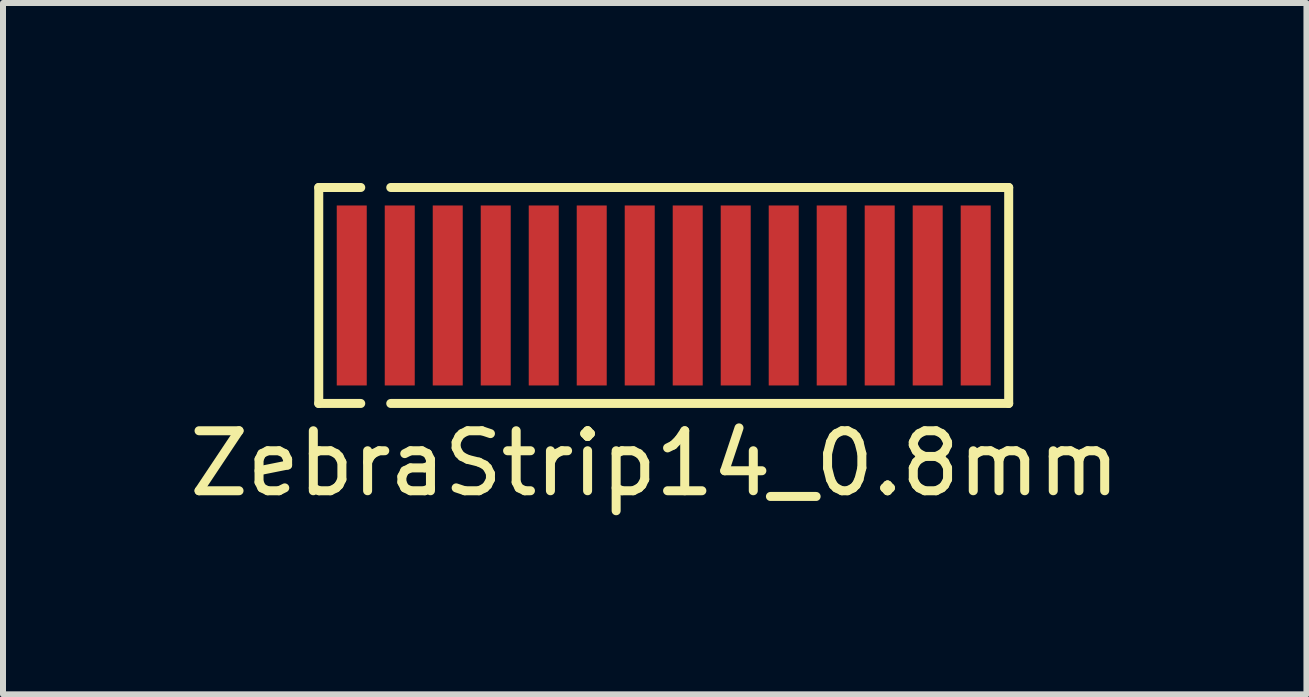
<source format=kicad_pcb>
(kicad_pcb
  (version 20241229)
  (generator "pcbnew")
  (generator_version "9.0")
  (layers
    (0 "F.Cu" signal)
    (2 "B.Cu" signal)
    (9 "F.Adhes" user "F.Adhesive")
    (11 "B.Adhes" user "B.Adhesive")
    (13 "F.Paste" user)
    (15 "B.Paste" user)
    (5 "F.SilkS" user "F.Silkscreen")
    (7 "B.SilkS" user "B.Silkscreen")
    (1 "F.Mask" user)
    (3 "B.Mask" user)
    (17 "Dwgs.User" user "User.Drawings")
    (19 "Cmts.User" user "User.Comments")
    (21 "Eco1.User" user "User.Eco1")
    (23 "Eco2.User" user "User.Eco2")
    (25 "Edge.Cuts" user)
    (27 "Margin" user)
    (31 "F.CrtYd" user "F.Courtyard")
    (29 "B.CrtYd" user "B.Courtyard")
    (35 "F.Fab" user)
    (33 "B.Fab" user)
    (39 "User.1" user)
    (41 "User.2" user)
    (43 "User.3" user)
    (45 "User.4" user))
  (footprint "ZebraStrip14_0.8mm"
    (layer "F.Cu")
    (at 7.563 1.875)
    (property "Reference" "ZebraStrip14_0.8mm" (at 0.3 2.8 0) (layer "F.SilkS") (effects (font (size 1 1) (thickness 0.15))))
    (attr through_hole)
    (fp_line (start -5.3 -1.8) (end -4.6 -1.8) (stroke (width 0.15) (type solid)) (layer "F.SilkS"))
    (fp_line (start -5.3 1.8) (end -5.3 -1.8) (stroke (width 0.15) (type solid)) (layer "F.SilkS"))
    (fp_line (start -4.6 1.8) (end -5.3 1.8) (stroke (width 0.15) (type solid)) (layer "F.SilkS"))
    (fp_line (start -4.1 -1.8) (end 6.2 -1.8) (stroke (width 0.15) (type solid)) (layer "F.SilkS"))
    (fp_line (start 6.2 -1.8) (end 6.2 1.8) (stroke (width 0.15) (type solid)) (layer "F.SilkS"))
    (fp_line (start 6.2 1.8) (end -4.1 1.8) (stroke (width 0.15) (type solid)) (layer "F.SilkS"))
    (pad "1" connect rect (at -4.75 0) (size 0.5 3) (layers "F.Cu" "F.Mask"))
    (pad "2" connect rect (at -3.95 0) (size 0.5 3) (layers "F.Cu" "F.Mask"))
    (pad "3" connect rect (at -3.15 0) (size 0.5 3) (layers "F.Cu" "F.Mask"))
    (pad "4" connect rect (at -2.35 0) (size 0.5 3) (layers "F.Cu" "F.Mask"))
    (pad "5" connect rect (at -1.55 0) (size 0.5 3) (layers "F.Cu" "F.Mask"))
    (pad "6" connect rect (at -0.75 0) (size 0.5 3) (layers "F.Cu" "F.Mask"))
    (pad "7" connect rect (at 0.05 0) (size 0.5 3) (layers "F.Cu" "F.Mask"))
    (pad "8" connect rect (at 0.85 0) (size 0.5 3) (layers "F.Cu" "F.Mask"))
    (pad "9" connect rect (at 1.65 0) (size 0.5 3) (layers "F.Cu" "F.Mask"))
    (pad "10" connect rect (at 2.45 0) (size 0.5 3) (layers "F.Cu" "F.Mask"))
    (pad "11" connect rect (at 3.25 0) (size 0.5 3) (layers "F.Cu" "F.Mask"))
    (pad "12" connect rect (at 4.05 0) (size 0.5 3) (layers "F.Cu" "F.Mask"))
    (pad "13" connect rect (at 4.85 0) (size 0.5 3) (layers "F.Cu" "F.Mask"))
    (pad "14" connect rect (at 5.65 0) (size 0.5 3) (layers "F.Cu" "F.Mask")))
  (gr_rect
    (start -3 -3)
    (end 18.726 8.523)
    (stroke (width 0.1) (type default))
    (fill no)
    (layer "Edge.Cuts")))
</source>
